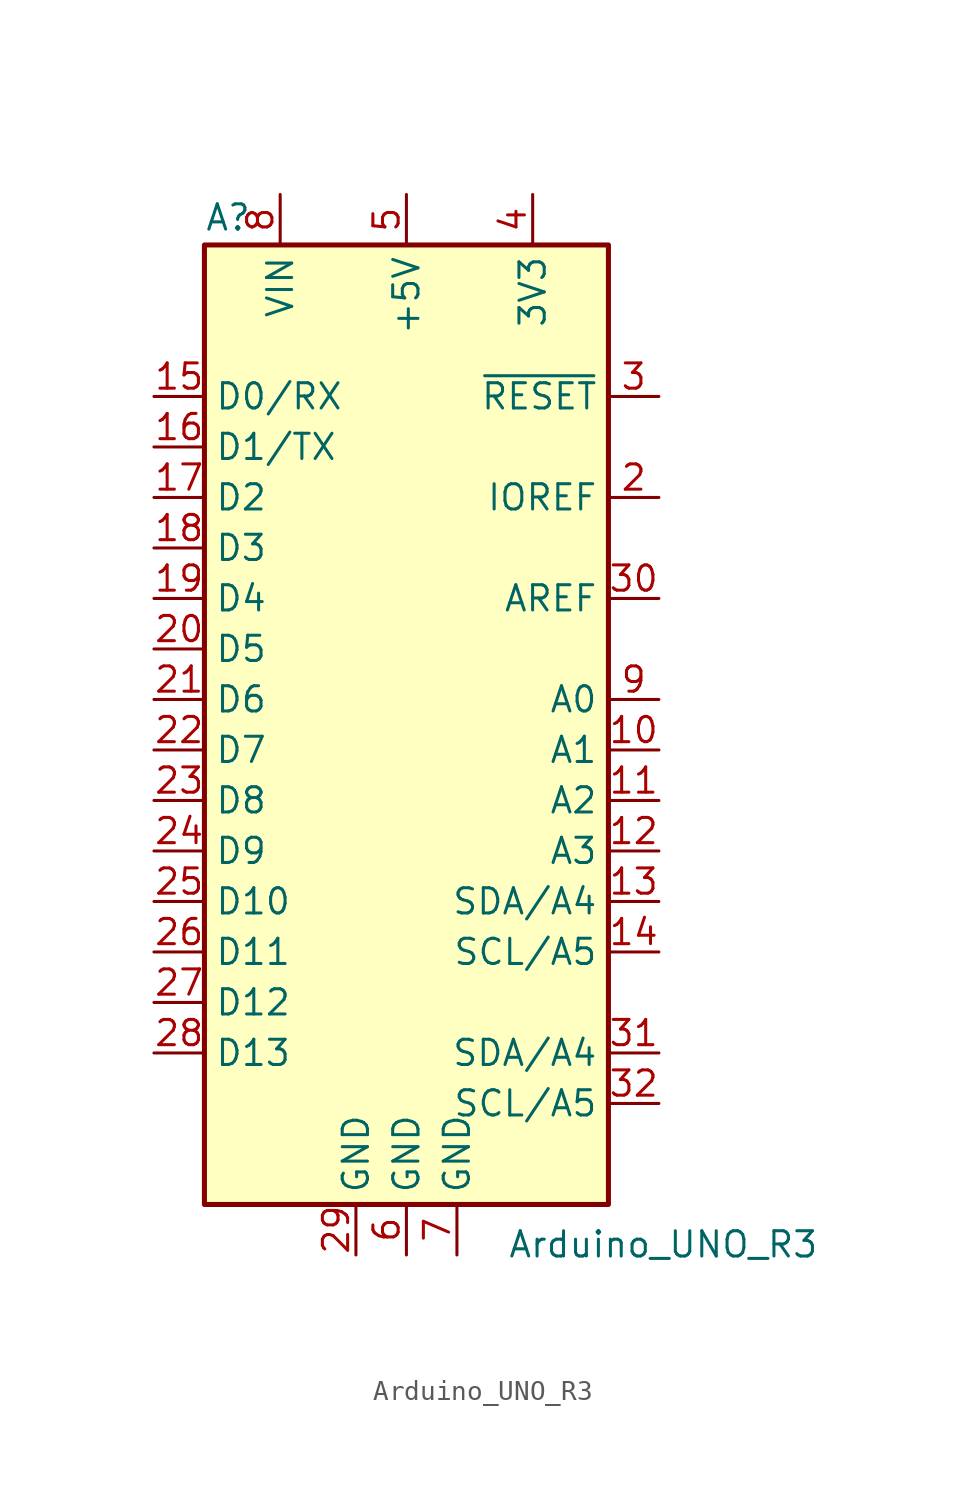
<source format=kicad_sym>
(kicad_symbol_lib
  (version 20220914)
  (generator kicad_symbol_editor)
  (symbol "Arduino_UNO_R3"
    (property "Reference" "A"
      (at -10.16 23.495 0)
      (effects (font (size 1.27 1.27)) (justify left bottom)))
    (property "Value" "Arduino_UNO_R3"
      (at 5.08 -26.67 0)
      (effects (font (size 1.27 1.27)) (justify left top)))
    (symbol "Arduino_UNO_R3_0_1"
      (rectangle (start -10.16 22.86) (end 10.16 -25.4) (stroke (width 0.254) (type default)) (fill (type background))))
    (symbol "Arduino_UNO_R3_1_1"
      (pin no_connect line (at -10.16 -20.32 0) (length 2.54) hide (name "NC" (effects (font (size 1.27 1.27)))) (number "1" (effects (font (size 1.27 1.27)))))
      (pin bidirectional line (at 12.7 -2.54 180) (length 2.54) (name "A1" (effects (font (size 1.27 1.27)))) (number "10" (effects (font (size 1.27 1.27)))))
      (pin bidirectional line (at 12.7 -5.08 180) (length 2.54) (name "A2" (effects (font (size 1.27 1.27)))) (number "11" (effects (font (size 1.27 1.27)))))
      (pin bidirectional line (at 12.7 -7.62 180) (length 2.54) (name "A3" (effects (font (size 1.27 1.27)))) (number "12" (effects (font (size 1.27 1.27)))))
      (pin bidirectional line (at 12.7 -10.16 180) (length 2.54) (name "SDA/A4" (effects (font (size 1.27 1.27)))) (number "13" (effects (font (size 1.27 1.27)))))
      (pin bidirectional line (at 12.7 -12.7 180) (length 2.54) (name "SCL/A5" (effects (font (size 1.27 1.27)))) (number "14" (effects (font (size 1.27 1.27)))))
      (pin bidirectional line (at -12.7 15.24 0) (length 2.54) (name "D0/RX" (effects (font (size 1.27 1.27)))) (number "15" (effects (font (size 1.27 1.27)))))
      (pin bidirectional line (at -12.7 12.7 0) (length 2.54) (name "D1/TX" (effects (font (size 1.27 1.27)))) (number "16" (effects (font (size 1.27 1.27)))))
      (pin bidirectional line (at -12.7 10.16 0) (length 2.54) (name "D2" (effects (font (size 1.27 1.27)))) (number "17" (effects (font (size 1.27 1.27)))))
      (pin bidirectional line (at -12.7 7.62 0) (length 2.54) (name "D3" (effects (font (size 1.27 1.27)))) (number "18" (effects (font (size 1.27 1.27)))))
      (pin bidirectional line (at -12.7 5.08 0) (length 2.54) (name "D4" (effects (font (size 1.27 1.27)))) (number "19" (effects (font (size 1.27 1.27)))))
      (pin output line (at 12.7 10.16 180) (length 2.54) (name "IOREF" (effects (font (size 1.27 1.27)))) (number "2" (effects (font (size 1.27 1.27)))))
      (pin bidirectional line (at -12.7 2.54 0) (length 2.54) (name "D5" (effects (font (size 1.27 1.27)))) (number "20" (effects (font (size 1.27 1.27)))))
      (pin bidirectional line (at -12.7 0 0) (length 2.54) (name "D6" (effects (font (size 1.27 1.27)))) (number "21" (effects (font (size 1.27 1.27)))))
      (pin bidirectional line (at -12.7 -2.54 0) (length 2.54) (name "D7" (effects (font (size 1.27 1.27)))) (number "22" (effects (font (size 1.27 1.27)))))
      (pin bidirectional line (at -12.7 -5.08 0) (length 2.54) (name "D8" (effects (font (size 1.27 1.27)))) (number "23" (effects (font (size 1.27 1.27)))))
      (pin bidirectional line (at -12.7 -7.62 0) (length 2.54) (name "D9" (effects (font (size 1.27 1.27)))) (number "24" (effects (font (size 1.27 1.27)))))
      (pin bidirectional line (at -12.7 -10.16 0) (length 2.54) (name "D10" (effects (font (size 1.27 1.27)))) (number "25" (effects (font (size 1.27 1.27)))))
      (pin bidirectional line (at -12.7 -12.7 0) (length 2.54) (name "D11" (effects (font (size 1.27 1.27)))) (number "26" (effects (font (size 1.27 1.27)))))
      (pin bidirectional line (at -12.7 -15.24 0) (length 2.54) (name "D12" (effects (font (size 1.27 1.27)))) (number "27" (effects (font (size 1.27 1.27)))))
      (pin bidirectional line (at -12.7 -17.78 0) (length 2.54) (name "D13" (effects (font (size 1.27 1.27)))) (number "28" (effects (font (size 1.27 1.27)))))
      (pin power_in line (at -2.54 -27.94 90) (length 2.54) (name "GND" (effects (font (size 1.27 1.27)))) (number "29" (effects (font (size 1.27 1.27)))))
      (pin input line (at 12.7 15.24 180) (length 2.54) (name "~{RESET}" (effects (font (size 1.27 1.27)))) (number "3" (effects (font (size 1.27 1.27)))))
      (pin input line (at 12.7 5.08 180) (length 2.54) (name "AREF" (effects (font (size 1.27 1.27)))) (number "30" (effects (font (size 1.27 1.27)))))
      (pin bidirectional line (at 12.7 -17.78 180) (length 2.54) (name "SDA/A4" (effects (font (size 1.27 1.27)))) (number "31" (effects (font (size 1.27 1.27)))))
      (pin bidirectional line (at 12.7 -20.32 180) (length 2.54) (name "SCL/A5" (effects (font (size 1.27 1.27)))) (number "32" (effects (font (size 1.27 1.27)))))
      (pin power_out line (at 6.35 25.4 270) (length 2.54) (name "3V3" (effects (font (size 1.27 1.27)))) (number "4" (effects (font (size 1.27 1.27)))))
      (pin power_out line (at 0 25.4 270) (length 2.54) (name "+5V" (effects (font (size 1.27 1.27)))) (number "5" (effects (font (size 1.27 1.27)))))
      (pin power_in line (at 0 -27.94 90) (length 2.54) (name "GND" (effects (font (size 1.27 1.27)))) (number "6" (effects (font (size 1.27 1.27)))))
      (pin power_in line (at 2.54 -27.94 90) (length 2.54) (name "GND" (effects (font (size 1.27 1.27)))) (number "7" (effects (font (size 1.27 1.27)))))
      (pin power_in line (at -6.35 25.4 270) (length 2.54) (name "VIN" (effects (font (size 1.27 1.27)))) (number "8" (effects (font (size 1.27 1.27)))))
      (pin bidirectional line (at 12.7 0 180) (length 2.54) (name "A0" (effects (font (size 1.27 1.27)))) (number "9" (effects (font (size 1.27 1.27))))))))
</source>
